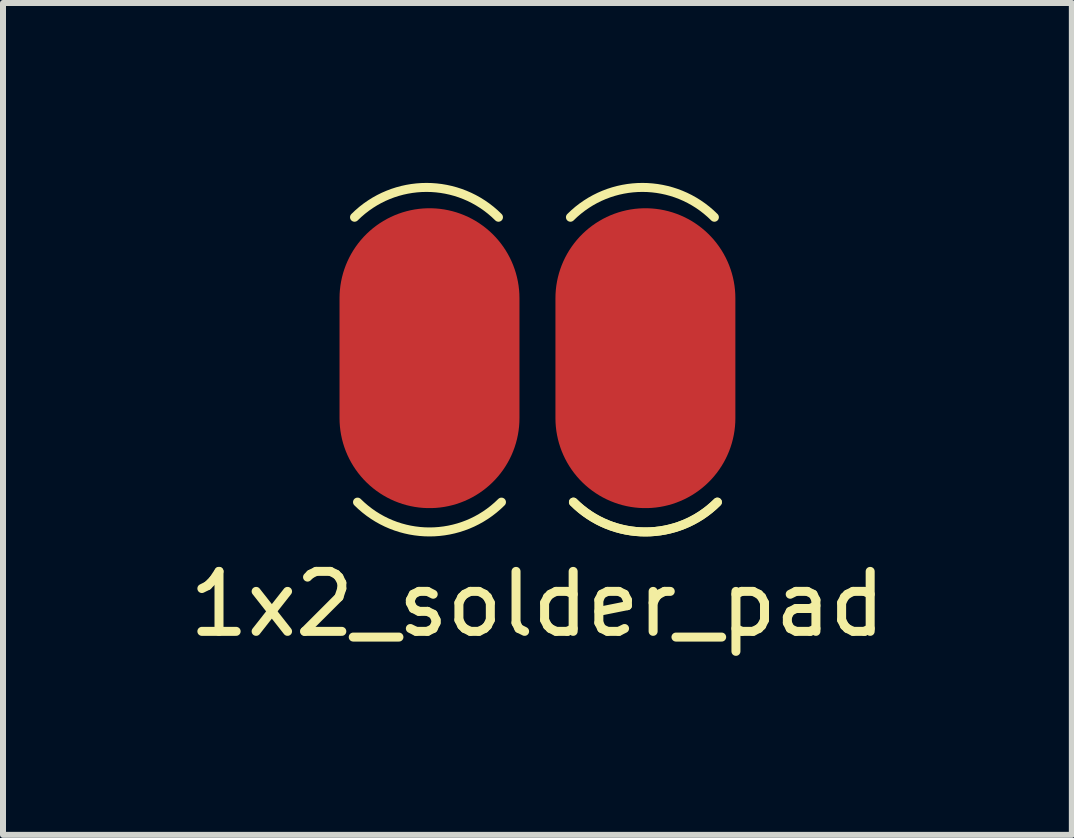
<source format=kicad_pcb>
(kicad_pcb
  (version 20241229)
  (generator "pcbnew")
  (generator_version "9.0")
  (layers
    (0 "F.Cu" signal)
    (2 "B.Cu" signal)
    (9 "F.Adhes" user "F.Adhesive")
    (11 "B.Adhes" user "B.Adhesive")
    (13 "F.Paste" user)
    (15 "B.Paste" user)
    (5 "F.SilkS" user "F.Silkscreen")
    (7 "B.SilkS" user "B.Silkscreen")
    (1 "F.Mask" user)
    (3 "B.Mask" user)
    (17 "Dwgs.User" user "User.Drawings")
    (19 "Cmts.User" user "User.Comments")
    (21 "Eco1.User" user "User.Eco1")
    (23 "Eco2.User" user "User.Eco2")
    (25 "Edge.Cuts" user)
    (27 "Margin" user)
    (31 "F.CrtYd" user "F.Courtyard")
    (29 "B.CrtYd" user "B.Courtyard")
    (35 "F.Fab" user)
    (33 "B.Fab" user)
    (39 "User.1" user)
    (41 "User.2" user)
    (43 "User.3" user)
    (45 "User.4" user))
  (footprint "1x2_solder_pad"
    (layer "F.Cu")
    (at 5.911 2.922)
    (property "Reference" "1x2_solder_pad" (at 0 4.1 0) (layer "F.SilkS") (effects (font (size 1 1) (thickness 0.15))))
    (attr through_hole)
    (fp_arc (start -3.05 -2.35) (mid -1.85 -2.847056) (end -0.65 -2.35) (stroke (width 0.15) (type solid)) (layer "F.SilkS"))
    (fp_arc (start -0.6 2.4) (mid -1.8 2.897056) (end -3 2.4) (stroke (width 0.15) (type solid)) (layer "F.SilkS"))
    (fp_arc (start 0.55 -2.35) (mid 1.75 -2.847056) (end 2.95 -2.35) (stroke (width 0.15) (type solid)) (layer "F.SilkS"))
    (fp_arc (start 3 2.4) (mid 1.8 2.897056) (end 0.6 2.4) (stroke (width 0.15) (type solid)) (layer "F.SilkS"))
    (fp_arc (start 3 2.4) (mid 1.8 2.897056) (end 0.6 2.4) (stroke (width 0.15) (type solid)) (layer "F.SilkS"))
    (pad "1" smd oval (at -1.8 0) (size 3 5) (layers "F.Cu" "F.Mask" "F.Paste"))
    (pad "2" smd oval (at 1.8 0) (size 3 5) (layers "F.Cu" "F.Mask" "F.Paste")))
  (gr_rect
    (start -3 -3)
    (end 14.821 10.87)
    (stroke (width 0.1) (type default))
    (fill no)
    (layer "Edge.Cuts")))
</source>
